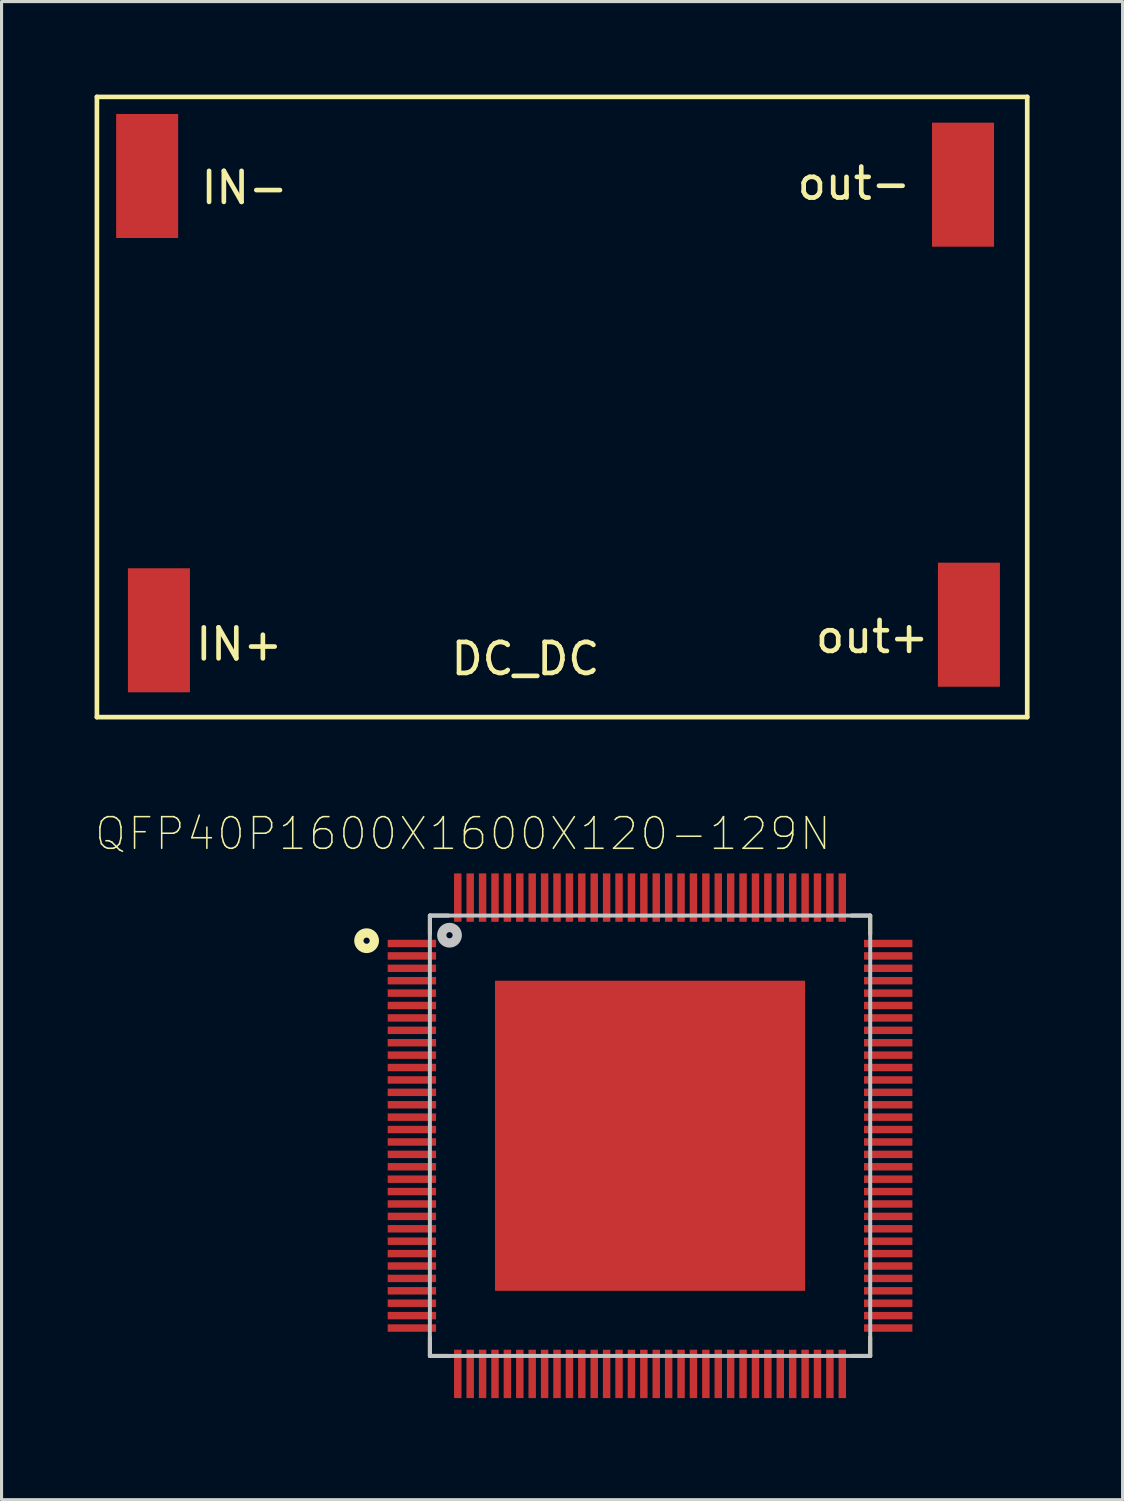
<source format=kicad_pcb>
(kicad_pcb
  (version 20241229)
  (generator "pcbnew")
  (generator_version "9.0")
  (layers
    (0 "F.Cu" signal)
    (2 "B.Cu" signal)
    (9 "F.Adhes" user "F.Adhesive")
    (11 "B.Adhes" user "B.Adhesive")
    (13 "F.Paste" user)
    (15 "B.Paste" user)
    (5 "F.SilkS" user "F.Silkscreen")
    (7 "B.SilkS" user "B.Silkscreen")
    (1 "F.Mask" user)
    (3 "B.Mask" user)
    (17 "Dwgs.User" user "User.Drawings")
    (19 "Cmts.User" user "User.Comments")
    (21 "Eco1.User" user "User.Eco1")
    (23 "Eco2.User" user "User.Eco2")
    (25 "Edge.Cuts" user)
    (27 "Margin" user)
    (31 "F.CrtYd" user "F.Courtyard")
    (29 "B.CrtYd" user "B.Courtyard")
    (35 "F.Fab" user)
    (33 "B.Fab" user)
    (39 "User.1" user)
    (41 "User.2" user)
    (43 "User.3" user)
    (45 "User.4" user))
  (footprint "DC_DC"
    (layer "F.Cu")
    (at 10.075 10.075)
    (property "Reference" "DC_DC" (at 3.82 8.12 0) (layer "F.SilkS") (effects (font (size 1 1) (thickness 0.15))))
    (attr through_hole)
    (fp_line (start -10 -10) (end 20 -10) (stroke (width 0.15) (type solid)) (layer "F.SilkS"))
    (fp_line (start -10 10) (end -10 -10) (stroke (width 0.15) (type solid)) (layer "F.SilkS"))
    (fp_line (start 20 -10) (end 20 10) (stroke (width 0.15) (type solid)) (layer "F.SilkS"))
    (fp_line (start 20 10) (end -10 10) (stroke (width 0.15) (type solid)) (layer "F.SilkS"))
    (fp_text user "IN+" (at -5.41 7.65 0) (layer "F.SilkS") (effects (font (size 1 1) (thickness 0.15))))
    (fp_text user "IN-" (at -5.24 -7.07 0) (layer "F.SilkS") (effects (font (size 1 1) (thickness 0.15))))
    (fp_text user "out-" (at 14.41 -7.21 0) (layer "F.SilkS") (effects (font (size 1 1) (thickness 0.15))))
    (fp_text user "out+" (at 15 7.41 0) (layer "F.SilkS") (effects (font (size 1 1) (thickness 0.15))))
    (pad "1" smd rect (at -8 7.2) (size 2 4) (layers "F.Cu" "F.Mask" "F.Paste"))
    (pad "2" smd rect (at -8.38 -7.45) (size 2 4) (layers "F.Cu" "F.Mask" "F.Paste"))
    (pad "3" smd rect (at 18.12 7.02) (size 2 4) (layers "F.Cu" "F.Mask" "F.Paste"))
    (pad "4" smd rect (at 17.93 -7.17) (size 2 4) (layers "F.Cu" "F.Mask" "F.Paste")))
  (footprint "QFP40P1600X1600X120-129N"
    (layer "F.Cu")
    (at 17.912 33.575)
    (property "Reference" "QFP40P1600X1600X120-129N" (at -6.034 -9.74 0) (layer "F.SilkS") (effects (font (size 1.02 1.02) (thickness 0.05))))
    (attr smd)
    (fp_line (start -7.1 -7.1) (end -7.1 -6.5) (stroke (width 0.127) (type solid)) (layer "F.SilkS"))
    (fp_line (start -7.1 -7.1) (end -6.5 -7.1) (stroke (width 0.127) (type solid)) (layer "F.SilkS"))
    (fp_line (start -7.1 7.1) (end -7.1 6.5) (stroke (width 0.127) (type solid)) (layer "F.SilkS"))
    (fp_line (start -7.1 7.1) (end -6.5 7.1) (stroke (width 0.127) (type solid)) (layer "F.SilkS"))
    (fp_line (start 7.1 -7.1) (end 6.5 -7.1) (stroke (width 0.127) (type solid)) (layer "F.SilkS"))
    (fp_line (start 7.1 -7.1) (end 7.1 -6.5) (stroke (width 0.127) (type solid)) (layer "F.SilkS"))
    (fp_line (start 7.1 7.1) (end 6.5 7.1) (stroke (width 0.127) (type solid)) (layer "F.SilkS"))
    (fp_line (start 7.1 7.1) (end 7.1 6.5) (stroke (width 0.127) (type solid)) (layer "F.SilkS"))
    (fp_circle (center -9.14 -6.29) (end -9.04 -6.29) (stroke (width 0.3) (type solid)) (fill no) (layer "F.SilkS"))
    (fp_poly (pts (xy -3.163 -3.162) (xy 3.162 -3.162) (xy 3.162 3.163) (xy -3.163 3.163)) (stroke (width 0) (type solid)) (fill yes) (layer "F.Paste"))
    (fp_line (start -7.1 -7.1) (end 7.1 -7.1) (stroke (width 0.127) (type solid)) (layer "Dwgs.User"))
    (fp_line (start -7.1 7.1) (end -7.1 -7.1) (stroke (width 0.127) (type solid)) (layer "Dwgs.User"))
    (fp_line (start -7.1 7.1) (end 7.1 7.1) (stroke (width 0.127) (type solid)) (layer "Dwgs.User"))
    (fp_line (start 7.1 7.1) (end 7.1 -7.1) (stroke (width 0.127) (type solid)) (layer "Dwgs.User"))
    (fp_circle (center -6.467 -6.467) (end -6.367 -6.467) (stroke (width 0.3) (type solid)) (fill no) (layer "Dwgs.User"))
    (fp_line (start -8.71 -8.71) (end 8.71 -8.71) (stroke (width 0.05) (type solid)) (layer "Eco1.User"))
    (fp_line (start -8.71 8.71) (end -8.71 -8.71) (stroke (width 0.05) (type solid)) (layer "Eco1.User"))
    (fp_line (start -8.71 8.71) (end 8.71 8.71) (stroke (width 0.05) (type solid)) (layer "Eco1.User"))
    (fp_line (start 8.71 8.71) (end 8.71 -8.71) (stroke (width 0.05) (type solid)) (layer "Eco1.User"))
    (pad "1" smd rect (at -7.68 -6.2) (size 1.56 0.24) (layers "F.Cu" "F.Mask" "F.Paste"))
    (pad "2" smd rect (at -7.68 -5.8) (size 1.56 0.24) (layers "F.Cu" "F.Mask" "F.Paste"))
    (pad "3" smd rect (at -7.68 -5.4) (size 1.56 0.24) (layers "F.Cu" "F.Mask" "F.Paste"))
    (pad "4" smd rect (at -7.68 -5) (size 1.56 0.24) (layers "F.Cu" "F.Mask" "F.Paste"))
    (pad "5" smd rect (at -7.68 -4.6) (size 1.56 0.24) (layers "F.Cu" "F.Mask" "F.Paste"))
    (pad "6" smd rect (at -7.68 -4.2) (size 1.56 0.24) (layers "F.Cu" "F.Mask" "F.Paste"))
    (pad "7" smd rect (at -7.68 -3.8) (size 1.56 0.24) (layers "F.Cu" "F.Mask" "F.Paste"))
    (pad "8" smd rect (at -7.68 -3.4) (size 1.56 0.24) (layers "F.Cu" "F.Mask" "F.Paste"))
    (pad "9" smd rect (at -7.68 -3) (size 1.56 0.24) (layers "F.Cu" "F.Mask" "F.Paste"))
    (pad "10" smd rect (at -7.68 -2.6) (size 1.56 0.24) (layers "F.Cu" "F.Mask" "F.Paste"))
    (pad "11" smd rect (at -7.68 -2.2) (size 1.56 0.24) (layers "F.Cu" "F.Mask" "F.Paste"))
    (pad "12" smd rect (at -7.68 -1.8) (size 1.56 0.24) (layers "F.Cu" "F.Mask" "F.Paste"))
    (pad "13" smd rect (at -7.68 -1.4) (size 1.56 0.24) (layers "F.Cu" "F.Mask" "F.Paste"))
    (pad "14" smd rect (at -7.68 -1) (size 1.56 0.24) (layers "F.Cu" "F.Mask" "F.Paste"))
    (pad "15" smd rect (at -7.68 -0.6) (size 1.56 0.24) (layers "F.Cu" "F.Mask" "F.Paste"))
    (pad "16" smd rect (at -7.68 -0.2) (size 1.56 0.24) (layers "F.Cu" "F.Mask" "F.Paste"))
    (pad "17" smd rect (at -7.68 0.2) (size 1.56 0.24) (layers "F.Cu" "F.Mask" "F.Paste"))
    (pad "18" smd rect (at -7.68 0.6) (size 1.56 0.24) (layers "F.Cu" "F.Mask" "F.Paste"))
    (pad "19" smd rect (at -7.68 1) (size 1.56 0.24) (layers "F.Cu" "F.Mask" "F.Paste"))
    (pad "20" smd rect (at -7.68 1.4) (size 1.56 0.24) (layers "F.Cu" "F.Mask" "F.Paste"))
    (pad "21" smd rect (at -7.68 1.8) (size 1.56 0.24) (layers "F.Cu" "F.Mask" "F.Paste"))
    (pad "22" smd rect (at -7.68 2.2) (size 1.56 0.24) (layers "F.Cu" "F.Mask" "F.Paste"))
    (pad "23" smd rect (at -7.68 2.6) (size 1.56 0.24) (layers "F.Cu" "F.Mask" "F.Paste"))
    (pad "24" smd rect (at -7.68 3) (size 1.56 0.24) (layers "F.Cu" "F.Mask" "F.Paste"))
    (pad "25" smd rect (at -7.68 3.4) (size 1.56 0.24) (layers "F.Cu" "F.Mask" "F.Paste"))
    (pad "26" smd rect (at -7.68 3.8) (size 1.56 0.24) (layers "F.Cu" "F.Mask" "F.Paste"))
    (pad "27" smd rect (at -7.68 4.2) (size 1.56 0.24) (layers "F.Cu" "F.Mask" "F.Paste"))
    (pad "28" smd rect (at -7.68 4.6) (size 1.56 0.24) (layers "F.Cu" "F.Mask" "F.Paste"))
    (pad "29" smd rect (at -7.68 5) (size 1.56 0.24) (layers "F.Cu" "F.Mask" "F.Paste"))
    (pad "30" smd rect (at -7.68 5.4) (size 1.56 0.24) (layers "F.Cu" "F.Mask" "F.Paste"))
    (pad "31" smd rect (at -7.68 5.8) (size 1.56 0.24) (layers "F.Cu" "F.Mask" "F.Paste"))
    (pad "32" smd rect (at -7.68 6.2) (size 1.56 0.24) (layers "F.Cu" "F.Mask" "F.Paste"))
    (pad "33" smd rect (at -6.2 7.68 90) (size 1.56 0.24) (layers "F.Cu" "F.Mask" "F.Paste"))
    (pad "34" smd rect (at -5.8 7.68 90) (size 1.56 0.24) (layers "F.Cu" "F.Mask" "F.Paste"))
    (pad "35" smd rect (at -5.4 7.68 90) (size 1.56 0.24) (layers "F.Cu" "F.Mask" "F.Paste"))
    (pad "36" smd rect (at -5 7.68 90) (size 1.56 0.24) (layers "F.Cu" "F.Mask" "F.Paste"))
    (pad "37" smd rect (at -4.6 7.68 90) (size 1.56 0.24) (layers "F.Cu" "F.Mask" "F.Paste"))
    (pad "38" smd rect (at -4.2 7.68 90) (size 1.56 0.24) (layers "F.Cu" "F.Mask" "F.Paste"))
    (pad "39" smd rect (at -3.8 7.68 90) (size 1.56 0.24) (layers "F.Cu" "F.Mask" "F.Paste"))
    (pad "40" smd rect (at -3.4 7.68 90) (size 1.56 0.24) (layers "F.Cu" "F.Mask" "F.Paste"))
    (pad "41" smd rect (at -3 7.68 90) (size 1.56 0.24) (layers "F.Cu" "F.Mask" "F.Paste"))
    (pad "42" smd rect (at -2.6 7.68 90) (size 1.56 0.24) (layers "F.Cu" "F.Mask" "F.Paste"))
    (pad "43" smd rect (at -2.2 7.68 90) (size 1.56 0.24) (layers "F.Cu" "F.Mask" "F.Paste"))
    (pad "44" smd rect (at -1.8 7.68 90) (size 1.56 0.24) (layers "F.Cu" "F.Mask" "F.Paste"))
    (pad "45" smd rect (at -1.4 7.68 90) (size 1.56 0.24) (layers "F.Cu" "F.Mask" "F.Paste"))
    (pad "46" smd rect (at -1 7.68 90) (size 1.56 0.24) (layers "F.Cu" "F.Mask" "F.Paste"))
    (pad "47" smd rect (at -0.6 7.68 90) (size 1.56 0.24) (layers "F.Cu" "F.Mask" "F.Paste"))
    (pad "48" smd rect (at -0.2 7.68 90) (size 1.56 0.24) (layers "F.Cu" "F.Mask" "F.Paste"))
    (pad "49" smd rect (at 0.2 7.68 90) (size 1.56 0.24) (layers "F.Cu" "F.Mask" "F.Paste"))
    (pad "50" smd rect (at 0.6 7.68 90) (size 1.56 0.24) (layers "F.Cu" "F.Mask" "F.Paste"))
    (pad "51" smd rect (at 1 7.68 90) (size 1.56 0.24) (layers "F.Cu" "F.Mask" "F.Paste"))
    (pad "52" smd rect (at 1.4 7.68 90) (size 1.56 0.24) (layers "F.Cu" "F.Mask" "F.Paste"))
    (pad "53" smd rect (at 1.8 7.68 90) (size 1.56 0.24) (layers "F.Cu" "F.Mask" "F.Paste"))
    (pad "54" smd rect (at 2.2 7.68 90) (size 1.56 0.24) (layers "F.Cu" "F.Mask" "F.Paste"))
    (pad "55" smd rect (at 2.6 7.68 90) (size 1.56 0.24) (layers "F.Cu" "F.Mask" "F.Paste"))
    (pad "56" smd rect (at 3 7.68 90) (size 1.56 0.24) (layers "F.Cu" "F.Mask" "F.Paste"))
    (pad "57" smd rect (at 3.4 7.68 90) (size 1.56 0.24) (layers "F.Cu" "F.Mask" "F.Paste"))
    (pad "58" smd rect (at 3.8 7.68 90) (size 1.56 0.24) (layers "F.Cu" "F.Mask" "F.Paste"))
    (pad "59" smd rect (at 4.2 7.68 90) (size 1.56 0.24) (layers "F.Cu" "F.Mask" "F.Paste"))
    (pad "60" smd rect (at 4.6 7.68 90) (size 1.56 0.24) (layers "F.Cu" "F.Mask" "F.Paste"))
    (pad "61" smd rect (at 5 7.68 90) (size 1.56 0.24) (layers "F.Cu" "F.Mask" "F.Paste"))
    (pad "62" smd rect (at 5.4 7.68 90) (size 1.56 0.24) (layers "F.Cu" "F.Mask" "F.Paste"))
    (pad "63" smd rect (at 5.8 7.68 90) (size 1.56 0.24) (layers "F.Cu" "F.Mask" "F.Paste"))
    (pad "64" smd rect (at 6.2 7.68 90) (size 1.56 0.24) (layers "F.Cu" "F.Mask" "F.Paste"))
    (pad "65" smd rect (at 7.68 6.2) (size 1.56 0.24) (layers "F.Cu" "F.Mask" "F.Paste"))
    (pad "66" smd rect (at 7.68 5.8) (size 1.56 0.24) (layers "F.Cu" "F.Mask" "F.Paste"))
    (pad "67" smd rect (at 7.68 5.4) (size 1.56 0.24) (layers "F.Cu" "F.Mask" "F.Paste"))
    (pad "68" smd rect (at 7.68 5) (size 1.56 0.24) (layers "F.Cu" "F.Mask" "F.Paste"))
    (pad "69" smd rect (at 7.68 4.6) (size 1.56 0.24) (layers "F.Cu" "F.Mask" "F.Paste"))
    (pad "70" smd rect (at 7.68 4.2) (size 1.56 0.24) (layers "F.Cu" "F.Mask" "F.Paste"))
    (pad "71" smd rect (at 7.68 3.8) (size 1.56 0.24) (layers "F.Cu" "F.Mask" "F.Paste"))
    (pad "72" smd rect (at 7.68 3.4) (size 1.56 0.24) (layers "F.Cu" "F.Mask" "F.Paste"))
    (pad "73" smd rect (at 7.68 3) (size 1.56 0.24) (layers "F.Cu" "F.Mask" "F.Paste"))
    (pad "74" smd rect (at 7.68 2.6) (size 1.56 0.24) (layers "F.Cu" "F.Mask" "F.Paste"))
    (pad "75" smd rect (at 7.68 2.2) (size 1.56 0.24) (layers "F.Cu" "F.Mask" "F.Paste"))
    (pad "76" smd rect (at 7.68 1.8) (size 1.56 0.24) (layers "F.Cu" "F.Mask" "F.Paste"))
    (pad "77" smd rect (at 7.68 1.4) (size 1.56 0.24) (layers "F.Cu" "F.Mask" "F.Paste"))
    (pad "78" smd rect (at 7.68 1) (size 1.56 0.24) (layers "F.Cu" "F.Mask" "F.Paste"))
    (pad "79" smd rect (at 7.68 0.6) (size 1.56 0.24) (layers "F.Cu" "F.Mask" "F.Paste"))
    (pad "80" smd rect (at 7.68 0.2) (size 1.56 0.24) (layers "F.Cu" "F.Mask" "F.Paste"))
    (pad "81" smd rect (at 7.68 -0.2) (size 1.56 0.24) (layers "F.Cu" "F.Mask" "F.Paste"))
    (pad "82" smd rect (at 7.68 -0.6) (size 1.56 0.24) (layers "F.Cu" "F.Mask" "F.Paste"))
    (pad "83" smd rect (at 7.68 -1) (size 1.56 0.24) (layers "F.Cu" "F.Mask" "F.Paste"))
    (pad "84" smd rect (at 7.68 -1.4) (size 1.56 0.24) (layers "F.Cu" "F.Mask" "F.Paste"))
    (pad "85" smd rect (at 7.68 -1.8) (size 1.56 0.24) (layers "F.Cu" "F.Mask" "F.Paste"))
    (pad "86" smd rect (at 7.68 -2.2) (size 1.56 0.24) (layers "F.Cu" "F.Mask" "F.Paste"))
    (pad "87" smd rect (at 7.68 -2.6) (size 1.56 0.24) (layers "F.Cu" "F.Mask" "F.Paste"))
    (pad "88" smd rect (at 7.68 -3) (size 1.56 0.24) (layers "F.Cu" "F.Mask" "F.Paste"))
    (pad "89" smd rect (at 7.68 -3.4) (size 1.56 0.24) (layers "F.Cu" "F.Mask" "F.Paste"))
    (pad "90" smd rect (at 7.68 -3.8) (size 1.56 0.24) (layers "F.Cu" "F.Mask" "F.Paste"))
    (pad "91" smd rect (at 7.68 -4.2) (size 1.56 0.24) (layers "F.Cu" "F.Mask" "F.Paste"))
    (pad "92" smd rect (at 7.68 -4.6) (size 1.56 0.24) (layers "F.Cu" "F.Mask" "F.Paste"))
    (pad "93" smd rect (at 7.68 -5) (size 1.56 0.24) (layers "F.Cu" "F.Mask" "F.Paste"))
    (pad "94" smd rect (at 7.68 -5.4) (size 1.56 0.24) (layers "F.Cu" "F.Mask" "F.Paste"))
    (pad "95" smd rect (at 7.68 -5.8) (size 1.56 0.24) (layers "F.Cu" "F.Mask" "F.Paste"))
    (pad "96" smd rect (at 7.68 -6.2) (size 1.56 0.24) (layers "F.Cu" "F.Mask" "F.Paste"))
    (pad "97" smd rect (at 6.2 -7.68 90) (size 1.56 0.24) (layers "F.Cu" "F.Mask" "F.Paste"))
    (pad "98" smd rect (at 5.8 -7.68 90) (size 1.56 0.24) (layers "F.Cu" "F.Mask" "F.Paste"))
    (pad "99" smd rect (at 5.4 -7.68 90) (size 1.56 0.24) (layers "F.Cu" "F.Mask" "F.Paste"))
    (pad "100" smd rect (at 5 -7.68 90) (size 1.56 0.24) (layers "F.Cu" "F.Mask" "F.Paste"))
    (pad "101" smd rect (at 4.6 -7.68 90) (size 1.56 0.24) (layers "F.Cu" "F.Mask" "F.Paste"))
    (pad "102" smd rect (at 4.2 -7.68 90) (size 1.56 0.24) (layers "F.Cu" "F.Mask" "F.Paste"))
    (pad "103" smd rect (at 3.8 -7.68 90) (size 1.56 0.24) (layers "F.Cu" "F.Mask" "F.Paste"))
    (pad "104" smd rect (at 3.4 -7.68 90) (size 1.56 0.24) (layers "F.Cu" "F.Mask" "F.Paste"))
    (pad "105" smd rect (at 3 -7.68 90) (size 1.56 0.24) (layers "F.Cu" "F.Mask" "F.Paste"))
    (pad "106" smd rect (at 2.6 -7.68 90) (size 1.56 0.24) (layers "F.Cu" "F.Mask" "F.Paste"))
    (pad "107" smd rect (at 2.2 -7.68 90) (size 1.56 0.24) (layers "F.Cu" "F.Mask" "F.Paste"))
    (pad "108" smd rect (at 1.8 -7.68 90) (size 1.56 0.24) (layers "F.Cu" "F.Mask" "F.Paste"))
    (pad "109" smd rect (at 1.4 -7.68 90) (size 1.56 0.24) (layers "F.Cu" "F.Mask" "F.Paste"))
    (pad "110" smd rect (at 1 -7.68 90) (size 1.56 0.24) (layers "F.Cu" "F.Mask" "F.Paste"))
    (pad "111" smd rect (at 0.6 -7.68 90) (size 1.56 0.24) (layers "F.Cu" "F.Mask" "F.Paste"))
    (pad "112" smd rect (at 0.2 -7.68 90) (size 1.56 0.24) (layers "F.Cu" "F.Mask" "F.Paste"))
    (pad "113" smd rect (at -0.2 -7.68 90) (size 1.56 0.24) (layers "F.Cu" "F.Mask" "F.Paste"))
    (pad "114" smd rect (at -0.6 -7.68 90) (size 1.56 0.24) (layers "F.Cu" "F.Mask" "F.Paste"))
    (pad "115" smd rect (at -1 -7.68 90) (size 1.56 0.24) (layers "F.Cu" "F.Mask" "F.Paste"))
    (pad "116" smd rect (at -1.4 -7.68 90) (size 1.56 0.24) (layers "F.Cu" "F.Mask" "F.Paste"))
    (pad "117" smd rect (at -1.8 -7.68 90) (size 1.56 0.24) (layers "F.Cu" "F.Mask" "F.Paste"))
    (pad "118" smd rect (at -2.2 -7.68 90) (size 1.56 0.24) (layers "F.Cu" "F.Mask" "F.Paste"))
    (pad "119" smd rect (at -2.6 -7.68 90) (size 1.56 0.24) (layers "F.Cu" "F.Mask" "F.Paste"))
    (pad "120" smd rect (at -3 -7.68 90) (size 1.56 0.24) (layers "F.Cu" "F.Mask" "F.Paste"))
    (pad "121" smd rect (at -3.4 -7.68 90) (size 1.56 0.24) (layers "F.Cu" "F.Mask" "F.Paste"))
    (pad "122" smd rect (at -3.8 -7.68 90) (size 1.56 0.24) (layers "F.Cu" "F.Mask" "F.Paste"))
    (pad "123" smd rect (at -4.2 -7.68 90) (size 1.56 0.24) (layers "F.Cu" "F.Mask" "F.Paste"))
    (pad "124" smd rect (at -4.6 -7.68 90) (size 1.56 0.24) (layers "F.Cu" "F.Mask" "F.Paste"))
    (pad "125" smd rect (at -5 -7.68 90) (size 1.56 0.24) (layers "F.Cu" "F.Mask" "F.Paste"))
    (pad "126" smd rect (at -5.4 -7.68 90) (size 1.56 0.24) (layers "F.Cu" "F.Mask" "F.Paste"))
    (pad "127" smd rect (at -5.8 -7.68 90) (size 1.56 0.24) (layers "F.Cu" "F.Mask" "F.Paste"))
    (pad "128" smd rect (at -6.2 -7.68 90) (size 1.56 0.24) (layers "F.Cu" "F.Mask" "F.Paste"))
    (pad "129" smd rect (at 0 0) (size 10 10) (layers "F.Cu" "F.Mask" "F.Paste")))
  (gr_rect
    (start -3 -3)
    (end 33.15 45.31)
    (stroke (width 0.1) (type default))
    (fill no)
    (layer "Edge.Cuts")))
</source>
